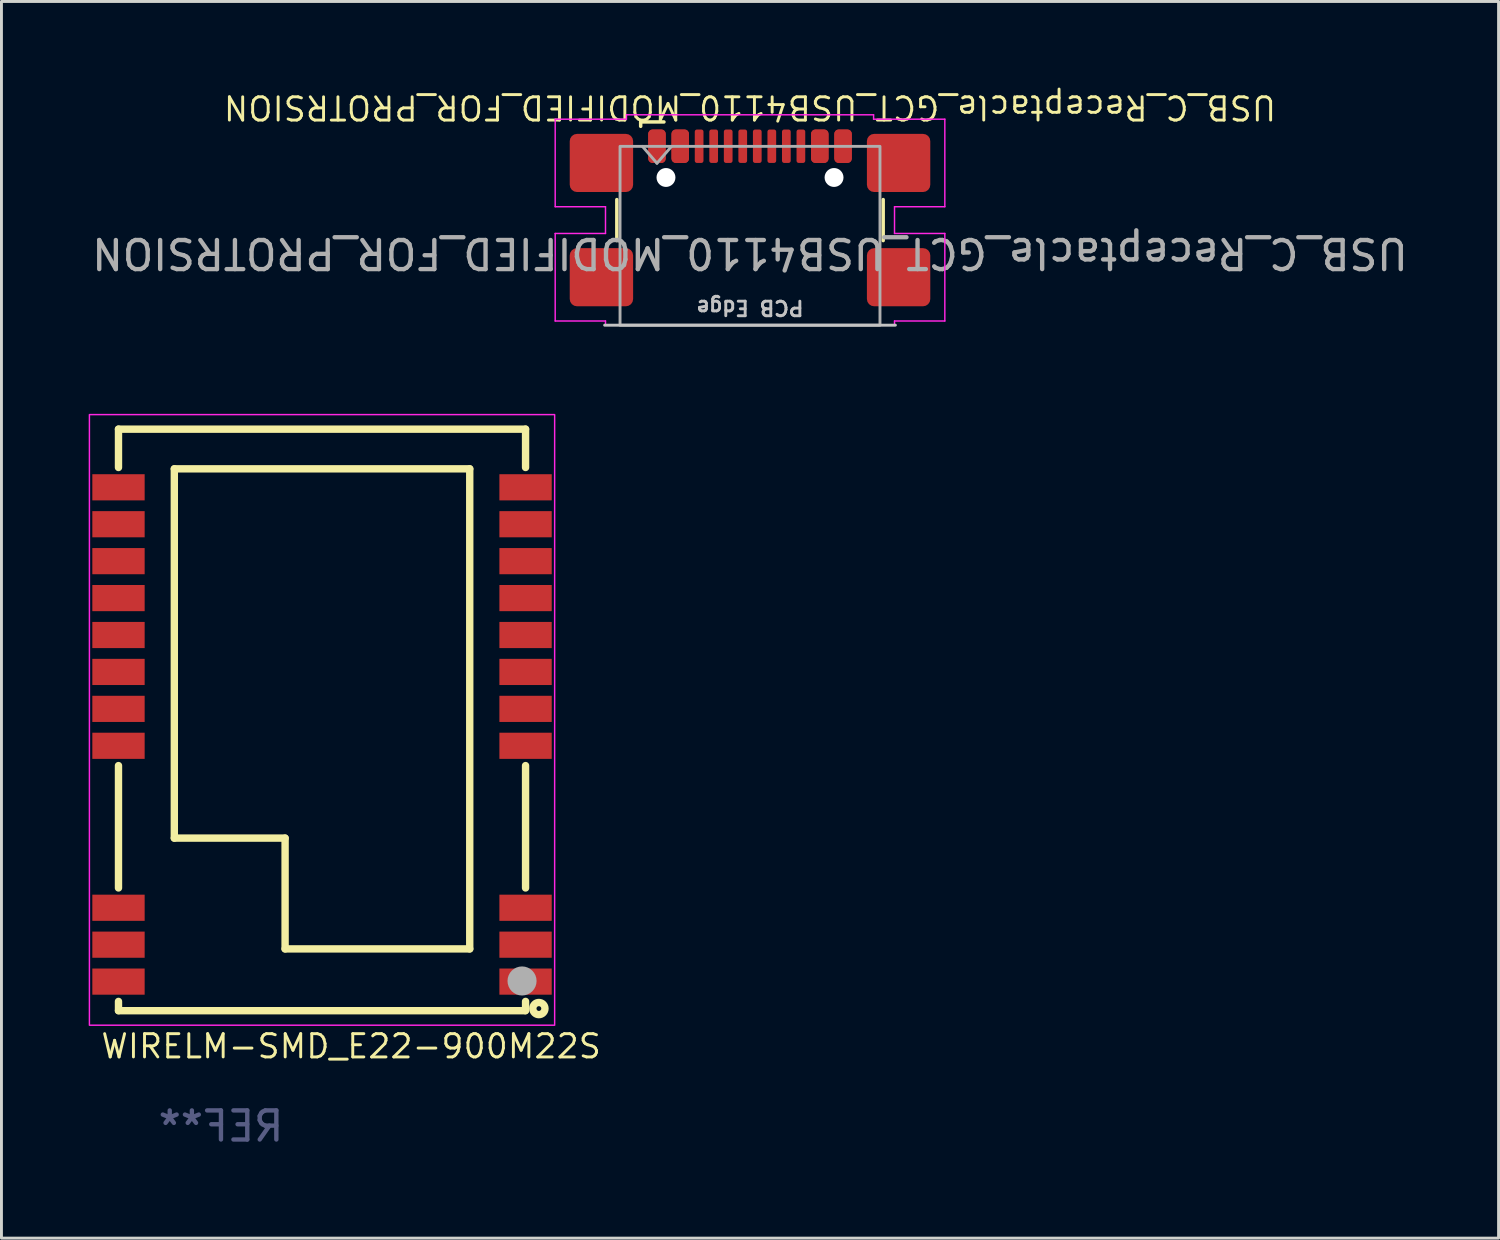
<source format=kicad_pcb>
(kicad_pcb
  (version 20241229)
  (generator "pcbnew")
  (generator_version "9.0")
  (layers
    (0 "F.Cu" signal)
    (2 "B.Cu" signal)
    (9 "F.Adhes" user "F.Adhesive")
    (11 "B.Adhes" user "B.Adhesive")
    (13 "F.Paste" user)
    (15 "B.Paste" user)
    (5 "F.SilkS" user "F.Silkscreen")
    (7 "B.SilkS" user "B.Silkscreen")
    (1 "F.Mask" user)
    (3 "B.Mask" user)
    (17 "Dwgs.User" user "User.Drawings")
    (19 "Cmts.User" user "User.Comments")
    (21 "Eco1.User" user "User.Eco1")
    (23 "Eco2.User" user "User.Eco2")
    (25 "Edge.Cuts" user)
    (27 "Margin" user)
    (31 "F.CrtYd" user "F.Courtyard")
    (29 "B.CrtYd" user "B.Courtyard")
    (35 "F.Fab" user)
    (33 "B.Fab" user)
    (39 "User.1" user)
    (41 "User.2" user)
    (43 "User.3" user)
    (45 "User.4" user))
  (footprint "USB_C_Receptacle_GCT_USB4110_MODIFIED_FOR_PROTRSION"
    (layer "F.Cu")
    (at 22.744 5.659)
    (property "Reference" "USB_C_Receptacle_GCT_USB4110_MODIFIED_FOR_PROTRSION" (at 0 -5.015 180) (unlocked yes) (layer "F.SilkS") (effects (font (size 0.8 0.8) (thickness 0.1))))
    (attr smd)
    (fp_line (start -4.58 -0.435) (end -4.58 -1.845) (stroke (width 0.12) (type default)) (layer "F.SilkS"))
    (fp_line (start -3.76 -4.515) (end -3.76 -4.365) (stroke (width 0.12) (type default)) (layer "F.SilkS"))
    (fp_line (start -2.96 -4.515) (end -3.76 -4.515) (stroke (width 0.12) (type default)) (layer "F.SilkS"))
    (fp_line (start 4.58 -0.435) (end 4.58 -1.845) (stroke (width 0.12) (type default)) (layer "F.SilkS"))
    (fp_line (start -5 2.475) (end 5 2.475) (stroke (width 0.1) (type default)) (layer "Dwgs.User"))
    (fp_line (start -6.7 -4.61) (end -4.25 -4.61) (stroke (width 0.05) (type default)) (layer "F.CrtYd"))
    (fp_line (start -6.7 -1.6) (end -6.7 -4.61) (stroke (width 0.05) (type default)) (layer "F.CrtYd"))
    (fp_line (start -6.7 -0.68) (end -4.97 -0.68) (stroke (width 0.05) (type default)) (layer "F.CrtYd"))
    (fp_line (start -6.7 2.33) (end -6.7 -0.68) (stroke (width 0.05) (type default)) (layer "F.CrtYd"))
    (fp_line (start -4.97 -1.6) (end -6.7 -1.6) (stroke (width 0.05) (type default)) (layer "F.CrtYd"))
    (fp_line (start -4.97 -0.68) (end -4.97 -1.6) (stroke (width 0.05) (type default)) (layer "F.CrtYd"))
    (fp_line (start -4.97 2.33) (end -6.7 2.33) (stroke (width 0.05) (type default)) (layer "F.CrtYd"))
    (fp_line (start -4.97 2.475) (end -4.97 2.33) (stroke (width 0.05) (type default)) (layer "F.CrtYd"))
    (fp_line (start -4.25 -4.76) (end 4.25 -4.76) (stroke (width 0.05) (type default)) (layer "F.CrtYd"))
    (fp_line (start -4.25 -4.61) (end -4.25 -4.76) (stroke (width 0.05) (type default)) (layer "F.CrtYd"))
    (fp_line (start 4.25 -4.76) (end 4.25 -4.61) (stroke (width 0.05) (type default)) (layer "F.CrtYd"))
    (fp_line (start 4.25 -4.61) (end 6.7 -4.61) (stroke (width 0.05) (type default)) (layer "F.CrtYd"))
    (fp_line (start 4.97 -1.6) (end 4.97 -0.68) (stroke (width 0.05) (type default)) (layer "F.CrtYd"))
    (fp_line (start 4.97 -0.68) (end 6.7 -0.68) (stroke (width 0.05) (type default)) (layer "F.CrtYd"))
    (fp_line (start 4.97 2.33) (end 4.97 2.475) (stroke (width 0.05) (type default)) (layer "F.CrtYd"))
    (fp_line (start 4.97 2.475) (end -4.97 2.475) (stroke (width 0.05) (type default)) (layer "F.CrtYd"))
    (fp_line (start 6.7 -4.61) (end 6.7 -1.6) (stroke (width 0.05) (type default)) (layer "F.CrtYd"))
    (fp_line (start 6.7 -1.6) (end 4.97 -1.6) (stroke (width 0.05) (type default)) (layer "F.CrtYd"))
    (fp_line (start 6.7 -0.68) (end 6.7 2.33) (stroke (width 0.05) (type default)) (layer "F.CrtYd"))
    (fp_line (start 6.7 2.33) (end 4.97 2.33) (stroke (width 0.05) (type default)) (layer "F.CrtYd"))
    (fp_line (start -3.7 -3.675) (end -3.2 -3.095) (stroke (width 0.1) (type default)) (layer "F.Fab"))
    (fp_line (start -3.2 -3.095) (end -2.7 -3.675) (stroke (width 0.1) (type default)) (layer "F.Fab"))
    (fp_poly (pts (xy -4.47 -3.675) (xy 4.47 -3.675) (xy 4.47 2.475) (xy -4.47 2.475)) (stroke (width 0.1) (type default)) (fill no) (layer "F.Fab"))
    (fp_text user "PCB Edge" (at 0 1.875 180) (unlocked yes) (layer "Dwgs.User") (effects (font (size 0.5 0.5) (thickness 0.1) (bold yes))))
    (fp_text user "${REFERENCE}" (at 0 0 180) (unlocked yes) (layer "F.Fab") (effects (font (size 1 1) (thickness 0.15))))
    (pad "" np_thru_hole circle (at -2.89 -2.605 180) (size 0.65 0.65) (drill 0.65) (layers "*.Cu" "*.Mask"))
    (pad "" np_thru_hole circle (at 2.89 -2.605 180) (size 0.65 0.65) (drill 0.65) (layers "*.Cu" "*.Mask"))
    (pad "A1" smd roundrect (at -3.2 -3.68 180) (size 0.6 1.15) (layers "F.Cu" "F.Mask" "F.Paste") (roundrect_rratio 0.25))
    (pad "A4" smd roundrect (at -2.4 -3.68 180) (size 0.6 1.15) (layers "F.Cu" "F.Mask" "F.Paste") (roundrect_rratio 0.25))
    (pad "A5" smd roundrect (at -1.25 -3.68 180) (size 0.3 1.15) (layers "F.Cu" "F.Mask" "F.Paste") (roundrect_rratio 0.25))
    (pad "A6" smd roundrect (at -0.25 -3.68 180) (size 0.3 1.15) (layers "F.Cu" "F.Mask" "F.Paste") (roundrect_rratio 0.25))
    (pad "A7" smd roundrect (at 0.25 -3.68 180) (size 0.3 1.15) (layers "F.Cu" "F.Mask" "F.Paste") (roundrect_rratio 0.25))
    (pad "A8" smd roundrect (at 1.25 -3.68 180) (size 0.3 1.15) (layers "F.Cu" "F.Mask" "F.Paste") (roundrect_rratio 0.25))
    (pad "A9" smd roundrect (at 2.4 -3.68 180) (size 0.6 1.15) (layers "F.Cu" "F.Mask" "F.Paste") (roundrect_rratio 0.25))
    (pad "A12" smd roundrect (at 3.2 -3.68 180) (size 0.6 1.15) (layers "F.Cu" "F.Mask" "F.Paste") (roundrect_rratio 0.25))
    (pad "B1" smd roundrect (at 3.2 -3.68 180) (size 0.6 1.15) (layers "F.Cu" "F.Mask" "F.Paste") (roundrect_rratio 0.25))
    (pad "B4" smd roundrect (at 2.4 -3.68 180) (size 0.6 1.15) (layers "F.Cu" "F.Mask" "F.Paste") (roundrect_rratio 0.25))
    (pad "B5" smd roundrect (at 1.75 -3.68 180) (size 0.3 1.15) (layers "F.Cu" "F.Mask" "F.Paste") (roundrect_rratio 0.25))
    (pad "B6" smd roundrect (at 0.75 -3.68 180) (size 0.3 1.15) (layers "F.Cu" "F.Mask" "F.Paste") (roundrect_rratio 0.25))
    (pad "B7" smd roundrect (at -0.75 -3.68 180) (size 0.3 1.15) (layers "F.Cu" "F.Mask" "F.Paste") (roundrect_rratio 0.25))
    (pad "B8" smd roundrect (at -1.75 -3.68 180) (size 0.3 1.15) (layers "F.Cu" "F.Mask" "F.Paste") (roundrect_rratio 0.25))
    (pad "B9" smd roundrect (at -2.4 -3.68 180) (size 0.6 1.15) (layers "F.Cu" "F.Mask" "F.Paste") (roundrect_rratio 0.25))
    (pad "B12" smd roundrect (at -3.2 -3.68 180) (size 0.6 1.15) (layers "F.Cu" "F.Mask" "F.Paste") (roundrect_rratio 0.25))
    (pad "S1" smd roundrect (at -5.11 -3.105 180) (size 2.18 2) (layers "F.Cu" "F.Mask" "F.Paste") (roundrect_rratio 0.125))
    (pad "S1" smd roundrect (at -5.11 0.825 180) (size 2.18 2) (layers "F.Cu" "F.Mask" "F.Paste") (roundrect_rratio 0.125))
    (pad "S1" smd roundrect (at 5.11 -3.105 180) (size 2.18 2) (layers "F.Cu" "F.Mask" "F.Paste") (roundrect_rratio 0.125))
    (pad "S1" smd roundrect (at 5.11 0.825 180) (size 2.18 2) (layers "F.Cu" "F.Mask" "F.Paste") (roundrect_rratio 0.125)))
  (footprint "WIRELM-SMD_E22-900M22S"
    (layer "F.Cu")
    (at 8.025 22.209)
    (property "Reference" "WIRELM-SMD_E22-900M22S" (at 1 10.725 0) (layer "F.SilkS") (effects (font (size 0.8 0.8) (thickness 0.1))))
    (attr smd)
    (fp_line (start -7 -10.5) (end -7 -9.181) (stroke (width 0.254) (type solid)) (layer "F.SilkS"))
    (fp_line (start -7 -10.5) (end 7 -10.5) (stroke (width 0.254) (type solid)) (layer "F.SilkS"))
    (fp_line (start -7 1.071) (end -7 5.279) (stroke (width 0.254) (type solid)) (layer "F.SilkS"))
    (fp_line (start -7 9.181) (end -7 9.5) (stroke (width 0.254) (type solid)) (layer "F.SilkS"))
    (fp_line (start -7 9.5) (end 6.985 9.5) (stroke (width 0.254) (type solid)) (layer "F.SilkS"))
    (fp_line (start -5.08 -9.135) (end 5.08 -9.135) (stroke (width 0.254) (type solid)) (layer "F.SilkS"))
    (fp_line (start -5.08 3.565) (end -5.08 -9.135) (stroke (width 0.254) (type solid)) (layer "F.SilkS"))
    (fp_line (start -1.27 3.565) (end -5.08 3.565) (stroke (width 0.254) (type solid)) (layer "F.SilkS"))
    (fp_line (start -1.27 7.375) (end -1.27 3.565) (stroke (width 0.254) (type solid)) (layer "F.SilkS"))
    (fp_line (start 5.08 -9.135) (end 5.08 7.375) (stroke (width 0.254) (type solid)) (layer "F.SilkS"))
    (fp_line (start 5.08 7.375) (end -1.27 7.375) (stroke (width 0.254) (type solid)) (layer "F.SilkS"))
    (fp_line (start 7 -10.5) (end 7 -9.181) (stroke (width 0.254) (type solid)) (layer "F.SilkS"))
    (fp_line (start 7 1.071) (end 7 5.279) (stroke (width 0.254) (type solid)) (layer "F.SilkS"))
    (fp_line (start 7 9.181) (end 7 9.5) (stroke (width 0.254) (type solid)) (layer "F.SilkS"))
    (fp_circle (center 7 9.5) (end 7.03 9.5) (stroke (width 0.06) (type solid)) (fill no) (layer "F.SilkS"))
    (fp_circle (center 7.458 9.427) (end 7.54 9.427) (stroke (width 0.254) (type solid)) (fill no) (layer "F.SilkS"))
    (fp_poly (pts (xy -8 -11) (xy 8 -11) (xy 8 10) (xy -8 10)) (stroke (width 0.05) (type default)) (fill no) (layer "F.CrtYd"))
    (fp_circle (center 6.879 8.478) (end 7.129 8.478) (stroke (width 0.5) (type solid)) (fill no) (layer "F.Fab"))
    (fp_text user "REF**" (at -3.476 13.475 0) (layer "B.Fab") (effects (font (size 1 1) (thickness 0.15)) (justify mirror)))
    (pad "1" smd rect (at 7 8.5 180) (size 1.8 0.9) (layers "F.Cu" "F.Mask" "F.Paste"))
    (pad "2" smd rect (at 7 7.23 180) (size 1.8 0.9) (layers "F.Cu" "F.Mask" "F.Paste"))
    (pad "3" smd rect (at 7 5.96 180) (size 1.8 0.9) (layers "F.Cu" "F.Mask" "F.Paste"))
    (pad "4" smd rect (at 7 0.39 180) (size 1.8 0.9) (layers "F.Cu" "F.Mask" "F.Paste"))
    (pad "5" smd rect (at 7 -0.88 180) (size 1.8 0.9) (layers "F.Cu" "F.Mask" "F.Paste"))
    (pad "6" smd rect (at 7 -2.15 180) (size 1.8 0.9) (layers "F.Cu" "F.Mask" "F.Paste"))
    (pad "7" smd rect (at 7 -3.42 180) (size 1.8 0.9) (layers "F.Cu" "F.Mask" "F.Paste"))
    (pad "8" smd rect (at 7 -4.69 180) (size 1.8 0.9) (layers "F.Cu" "F.Mask" "F.Paste"))
    (pad "9" smd rect (at 7 -5.96 180) (size 1.8 0.9) (layers "F.Cu" "F.Mask" "F.Paste"))
    (pad "10" smd rect (at 7 -7.23 180) (size 1.8 0.9) (layers "F.Cu" "F.Mask" "F.Paste"))
    (pad "11" smd rect (at 7 -8.5 180) (size 1.8 0.9) (layers "F.Cu" "F.Mask" "F.Paste"))
    (pad "12" smd rect (at -7 -8.5 180) (size 1.8 0.9) (layers "F.Cu" "F.Mask" "F.Paste"))
    (pad "13" smd rect (at -7 -7.23 180) (size 1.8 0.9) (layers "F.Cu" "F.Mask" "F.Paste"))
    (pad "14" smd rect (at -7 -5.96 180) (size 1.8 0.9) (layers "F.Cu" "F.Mask" "F.Paste"))
    (pad "15" smd rect (at -7 -4.69 180) (size 1.8 0.9) (layers "F.Cu" "F.Mask" "F.Paste"))
    (pad "16" smd rect (at -7 -3.42 180) (size 1.8 0.9) (layers "F.Cu" "F.Mask" "F.Paste"))
    (pad "17" smd rect (at -7 -2.15 180) (size 1.8 0.9) (layers "F.Cu" "F.Mask" "F.Paste"))
    (pad "18" smd rect (at -7 -0.88 180) (size 1.8 0.9) (layers "F.Cu" "F.Mask" "F.Paste"))
    (pad "19" smd rect (at -7 0.39 180) (size 1.8 0.9) (layers "F.Cu" "F.Mask" "F.Paste"))
    (pad "20" smd rect (at -7 5.96 180) (size 1.8 0.9) (layers "F.Cu" "F.Mask" "F.Paste"))
    (pad "21" smd rect (at -7 7.23 180) (size 1.8 0.9) (layers "F.Cu" "F.Mask" "F.Paste"))
    (pad "22" smd rect (at -7 8.5 180) (size 1.8 0.9) (layers "F.Cu" "F.Mask" "F.Paste")))
  (gr_rect
    (start -3 -3)
    (end 48.488 39.532)
    (stroke (width 0.1) (type default))
    (fill no)
    (layer "Edge.Cuts")))
</source>
